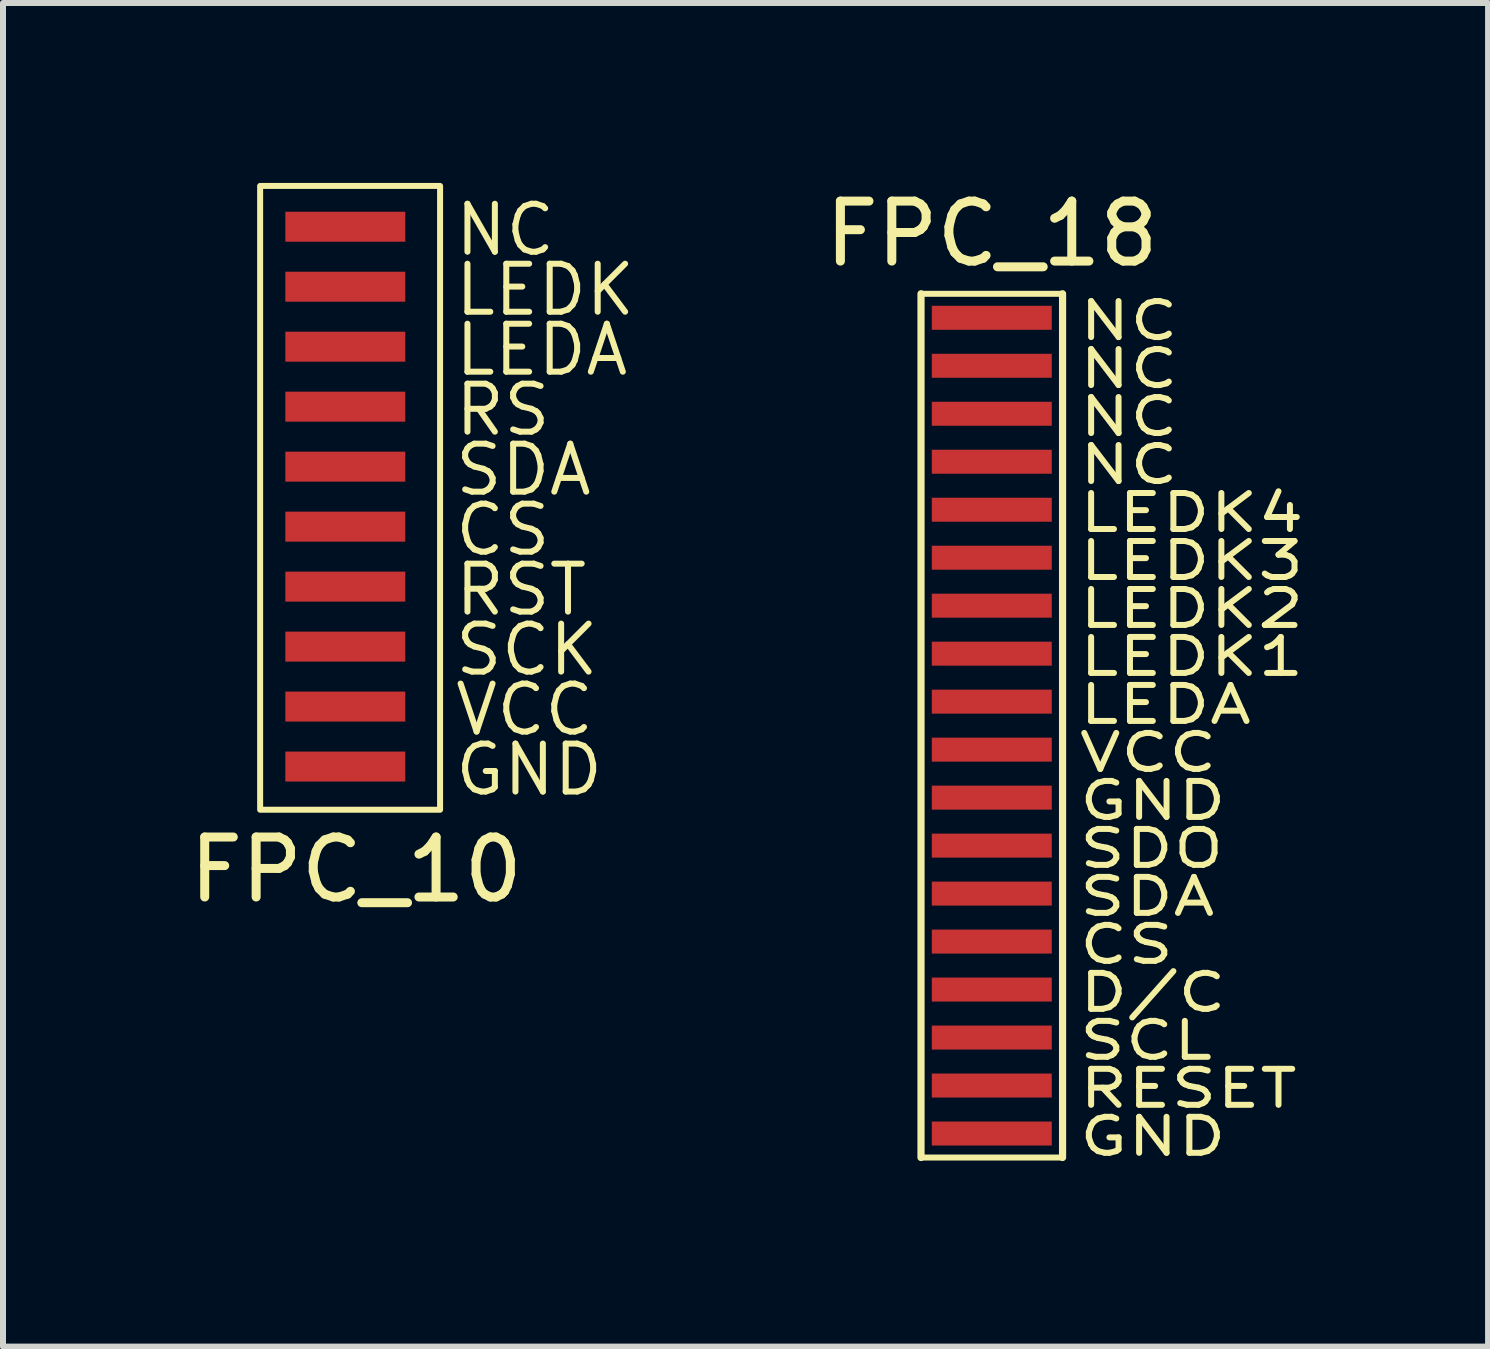
<source format=kicad_pcb>
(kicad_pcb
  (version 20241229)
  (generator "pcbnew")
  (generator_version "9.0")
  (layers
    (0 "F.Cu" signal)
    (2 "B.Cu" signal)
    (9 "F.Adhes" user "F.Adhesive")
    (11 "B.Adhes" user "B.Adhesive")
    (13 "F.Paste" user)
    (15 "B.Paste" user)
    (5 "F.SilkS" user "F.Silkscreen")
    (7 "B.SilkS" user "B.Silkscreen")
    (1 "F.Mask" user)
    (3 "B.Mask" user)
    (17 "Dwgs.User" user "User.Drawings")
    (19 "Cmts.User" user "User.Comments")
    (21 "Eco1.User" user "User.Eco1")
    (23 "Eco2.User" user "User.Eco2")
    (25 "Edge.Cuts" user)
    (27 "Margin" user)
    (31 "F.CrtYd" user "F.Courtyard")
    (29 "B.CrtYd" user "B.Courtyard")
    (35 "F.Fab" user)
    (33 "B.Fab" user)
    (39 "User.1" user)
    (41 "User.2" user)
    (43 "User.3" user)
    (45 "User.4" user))
  (footprint "FPC_10"
    (layer "F.Cu")
    (at 3.887 4.05)
    (property "Reference" "FPC_10" (at -1 7.4 0) (unlocked yes) (layer "F.SilkS") (effects (font (size 1 1) (thickness 0.15))))
    (attr smd)
    (fp_rect (start -2.6 -4) (end 0.4 6.4) (stroke (width 0.1) (type default)) (fill no) (layer "F.SilkS"))
    (fp_text user "VCC" (at 0.6 5.2 0) (unlocked yes) (layer "F.SilkS") (effects (font (size 0.8 0.8) (thickness 0.1)) (justify left bottom)))
    (fp_text user "LEDK" (at 0.6 -1.8 0) (unlocked yes) (layer "F.SilkS") (effects (font (size 0.8 0.8) (thickness 0.1)) (justify left bottom)))
    (fp_text user "RS" (at 0.6 0.2 0) (unlocked yes) (layer "F.SilkS") (effects (font (size 0.8 0.8) (thickness 0.1)) (justify left bottom)))
    (fp_text user "CS" (at 0.6 2.2 0) (unlocked yes) (layer "F.SilkS") (effects (font (size 0.8 0.8) (thickness 0.1)) (justify left bottom)))
    (fp_text user "GND" (at 0.6 6.2 0) (unlocked yes) (layer "F.SilkS") (effects (font (size 0.8 0.8) (thickness 0.1)) (justify left bottom)))
    (fp_text user "SCK" (at 0.6 4.2 0) (unlocked yes) (layer "F.SilkS") (effects (font (size 0.8 0.8) (thickness 0.1)) (justify left bottom)))
    (fp_text user "RST" (at 0.6 3.2 0) (unlocked yes) (layer "F.SilkS") (effects (font (size 0.8 0.8) (thickness 0.1)) (justify left bottom)))
    (fp_text user "LEDA" (at 0.6 -0.8 0) (unlocked yes) (layer "F.SilkS") (effects (font (size 0.8 0.8) (thickness 0.1)) (justify left bottom)))
    (fp_text user "NC" (at 0.6 -2.8 0) (unlocked yes) (layer "F.SilkS") (effects (font (size 0.8 0.8) (thickness 0.1)) (justify left bottom)))
    (fp_text user "SDA" (at 0.6 1.2 0) (unlocked yes) (layer "F.SilkS") (effects (font (size 0.8 0.8) (thickness 0.1)) (justify left bottom)))
    (pad "1" smd rect (at -1.18 5.68 90) (size 0.5 2) (layers "F.Cu" "F.Mask" "F.Paste"))
    (pad "2" smd rect (at -1.18 4.68 90) (size 0.5 2) (layers "F.Cu" "F.Mask" "F.Paste"))
    (pad "3" smd rect (at -1.18 3.68 90) (size 0.5 2) (layers "F.Cu" "F.Mask" "F.Paste"))
    (pad "4" smd rect (at -1.18 2.68 90) (size 0.5 2) (layers "F.Cu" "F.Mask" "F.Paste"))
    (pad "5" smd rect (at -1.18 1.68 90) (size 0.5 2) (layers "F.Cu" "F.Mask" "F.Paste"))
    (pad "6" smd rect (at -1.18 0.68 90) (size 0.5 2) (layers "F.Cu" "F.Mask" "F.Paste"))
    (pad "7" smd rect (at -1.18 -0.32 90) (size 0.5 2) (layers "F.Cu" "F.Mask" "F.Paste"))
    (pad "8" smd rect (at -1.18 -1.32 90) (size 0.5 2) (layers "F.Cu" "F.Mask" "F.Paste"))
    (pad "9" smd rect (at -1.18 -2.32 90) (size 0.5 2) (layers "F.Cu" "F.Mask" "F.Paste"))
    (pad "10" smd rect (at -1.18 -3.32 90) (size 0.5 2) (layers "F.Cu" "F.Mask" "F.Paste")))
  (footprint "FPC_18"
    (layer "F.Cu")
    (at 13.285 8.848)
    (property "Reference" "FPC_18" (at 0.2 -8 0) (unlocked yes) (layer "F.SilkS") (effects (font (size 1 1) (thickness 0.15))))
    (attr smd)
    (fp_line (start -0.98 -7) (end 1.38 -7) (stroke (width 0.1) (type default)) (layer "F.SilkS"))
    (fp_line (start -0.98 7.4) (end -0.98 -7) (stroke (width 0.12) (type default)) (layer "F.SilkS"))
    (fp_line (start -0.98 7.4) (end 1.38 7.4) (stroke (width 0.1) (type default)) (layer "F.SilkS"))
    (fp_line (start 1.38 7.4) (end 1.38 -7) (stroke (width 0.12) (type default)) (layer "F.SilkS"))
    (fp_text user "RESET" (at 1.6 6.6 0) (unlocked yes) (layer "F.SilkS") (effects (font (size 0.6 0.8) (thickness 0.1)) (justify left bottom)))
    (fp_text user "NC" (at 1.6 -5.4 0) (unlocked yes) (layer "F.SilkS") (effects (font (size 0.6 0.8) (thickness 0.1)) (justify left bottom)))
    (fp_text user "LEDK1" (at 1.6 -0.6 0) (unlocked yes) (layer "F.SilkS") (effects (font (size 0.6 0.8) (thickness 0.1)) (justify left bottom)))
    (fp_text user "CS" (at 1.6 4.2 0) (unlocked yes) (layer "F.SilkS") (effects (font (size 0.6 0.8) (thickness 0.1)) (justify left bottom)))
    (fp_text user "LEDK4" (at 1.6 -3 0) (unlocked yes) (layer "F.SilkS") (effects (font (size 0.6 0.8) (thickness 0.1)) (justify left bottom)))
    (fp_text user "LEDK2" (at 1.6 -1.4 0) (unlocked yes) (layer "F.SilkS") (effects (font (size 0.6 0.8) (thickness 0.1)) (justify left bottom)))
    (fp_text user "LEDA" (at 1.6 0.2 0) (unlocked yes) (layer "F.SilkS") (effects (font (size 0.6 0.8) (thickness 0.1)) (justify left bottom)))
    (fp_text user "SDA" (at 1.6 3.4 0) (unlocked yes) (layer "F.SilkS") (effects (font (size 0.6 0.8) (thickness 0.1)) (justify left bottom)))
    (fp_text user "GND" (at 1.6 7.4 0) (unlocked yes) (layer "F.SilkS") (effects (font (size 0.6 0.8) (thickness 0.1)) (justify left bottom)))
    (fp_text user "VCC" (at 1.6 1 0) (unlocked yes) (layer "F.SilkS") (effects (font (size 0.6 0.8) (thickness 0.1)) (justify left bottom)))
    (fp_text user "NC" (at 1.6 -4.6 0) (unlocked yes) (layer "F.SilkS") (effects (font (size 0.6 0.8) (thickness 0.1)) (justify left bottom)))
    (fp_text user "D/C" (at 1.6 5 0) (unlocked yes) (layer "F.SilkS") (effects (font (size 0.6 0.8) (thickness 0.1)) (justify left bottom)))
    (fp_text user "NC" (at 1.6 -3.8 0) (unlocked yes) (layer "F.SilkS") (effects (font (size 0.6 0.8) (thickness 0.1)) (justify left bottom)))
    (fp_text user "SCL" (at 1.6 5.8 0) (unlocked yes) (layer "F.SilkS") (effects (font (size 0.6 0.8) (thickness 0.1)) (justify left bottom)))
    (fp_text user "NC" (at 1.6 -6.2 0) (unlocked yes) (layer "F.SilkS") (effects (font (size 0.6 0.8) (thickness 0.1)) (justify left bottom)))
    (fp_text user "LEDK3" (at 1.6 -2.2 0) (unlocked yes) (layer "F.SilkS") (effects (font (size 0.6 0.8) (thickness 0.1)) (justify left bottom)))
    (fp_text user "GND" (at 1.6 1.8 0) (unlocked yes) (layer "F.SilkS") (effects (font (size 0.6 0.8) (thickness 0.1)) (justify left bottom)))
    (fp_text user "SDO" (at 1.6 2.6 0) (unlocked yes) (layer "F.SilkS") (effects (font (size 0.6 0.8) (thickness 0.1)) (justify left bottom)))
    (pad "1" smd rect (at 0.2 7 90) (size 0.4 2) (layers "F.Cu" "F.Mask" "F.Paste"))
    (pad "2" smd rect (at 0.2 6.2 90) (size 0.4 2) (layers "F.Cu" "F.Mask" "F.Paste"))
    (pad "3" smd rect (at 0.2 5.4 90) (size 0.4 2) (layers "F.Cu" "F.Mask" "F.Paste"))
    (pad "4" smd rect (at 0.2 4.6 90) (size 0.4 2) (layers "F.Cu" "F.Mask" "F.Paste"))
    (pad "5" smd rect (at 0.2 3.8 90) (size 0.4 2) (layers "F.Cu" "F.Mask" "F.Paste"))
    (pad "6" smd rect (at 0.2 3 90) (size 0.4 2) (layers "F.Cu" "F.Mask" "F.Paste"))
    (pad "7" smd rect (at 0.2 2.2 90) (size 0.4 2) (layers "F.Cu" "F.Mask" "F.Paste"))
    (pad "8" smd rect (at 0.2 1.4 90) (size 0.4 2) (layers "F.Cu" "F.Mask" "F.Paste"))
    (pad "9" smd rect (at 0.2 0.6 90) (size 0.4 2) (layers "F.Cu" "F.Mask" "F.Paste"))
    (pad "10" smd rect (at 0.2 -0.2 90) (size 0.4 2) (layers "F.Cu" "F.Mask" "F.Paste"))
    (pad "11" smd rect (at 0.2 -1 90) (size 0.4 2) (layers "F.Cu" "F.Mask" "F.Paste"))
    (pad "12" smd rect (at 0.2 -1.8 90) (size 0.4 2) (layers "F.Cu" "F.Mask" "F.Paste"))
    (pad "13" smd rect (at 0.2 -2.6 90) (size 0.4 2) (layers "F.Cu" "F.Mask" "F.Paste"))
    (pad "14" smd rect (at 0.2 -3.4 90) (size 0.4 2) (layers "F.Cu" "F.Mask" "F.Paste"))
    (pad "15" smd rect (at 0.2 -4.2 90) (size 0.4 2) (layers "F.Cu" "F.Mask" "F.Paste"))
    (pad "16" smd rect (at 0.2 -5 90) (size 0.4 2) (layers "F.Cu" "F.Mask" "F.Paste"))
    (pad "17" smd rect (at 0.2 -5.8 90) (size 0.4 2) (layers "F.Cu" "F.Mask" "F.Paste"))
    (pad "18" smd rect (at 0.2 -6.6 90) (size 0.4 2) (layers "F.Cu" "F.Mask" "F.Paste")))
  (gr_rect
    (start -3 -3)
    (end 21.759 19.401)
    (stroke (width 0.1) (type default))
    (fill no)
    (layer "Edge.Cuts")))
</source>
